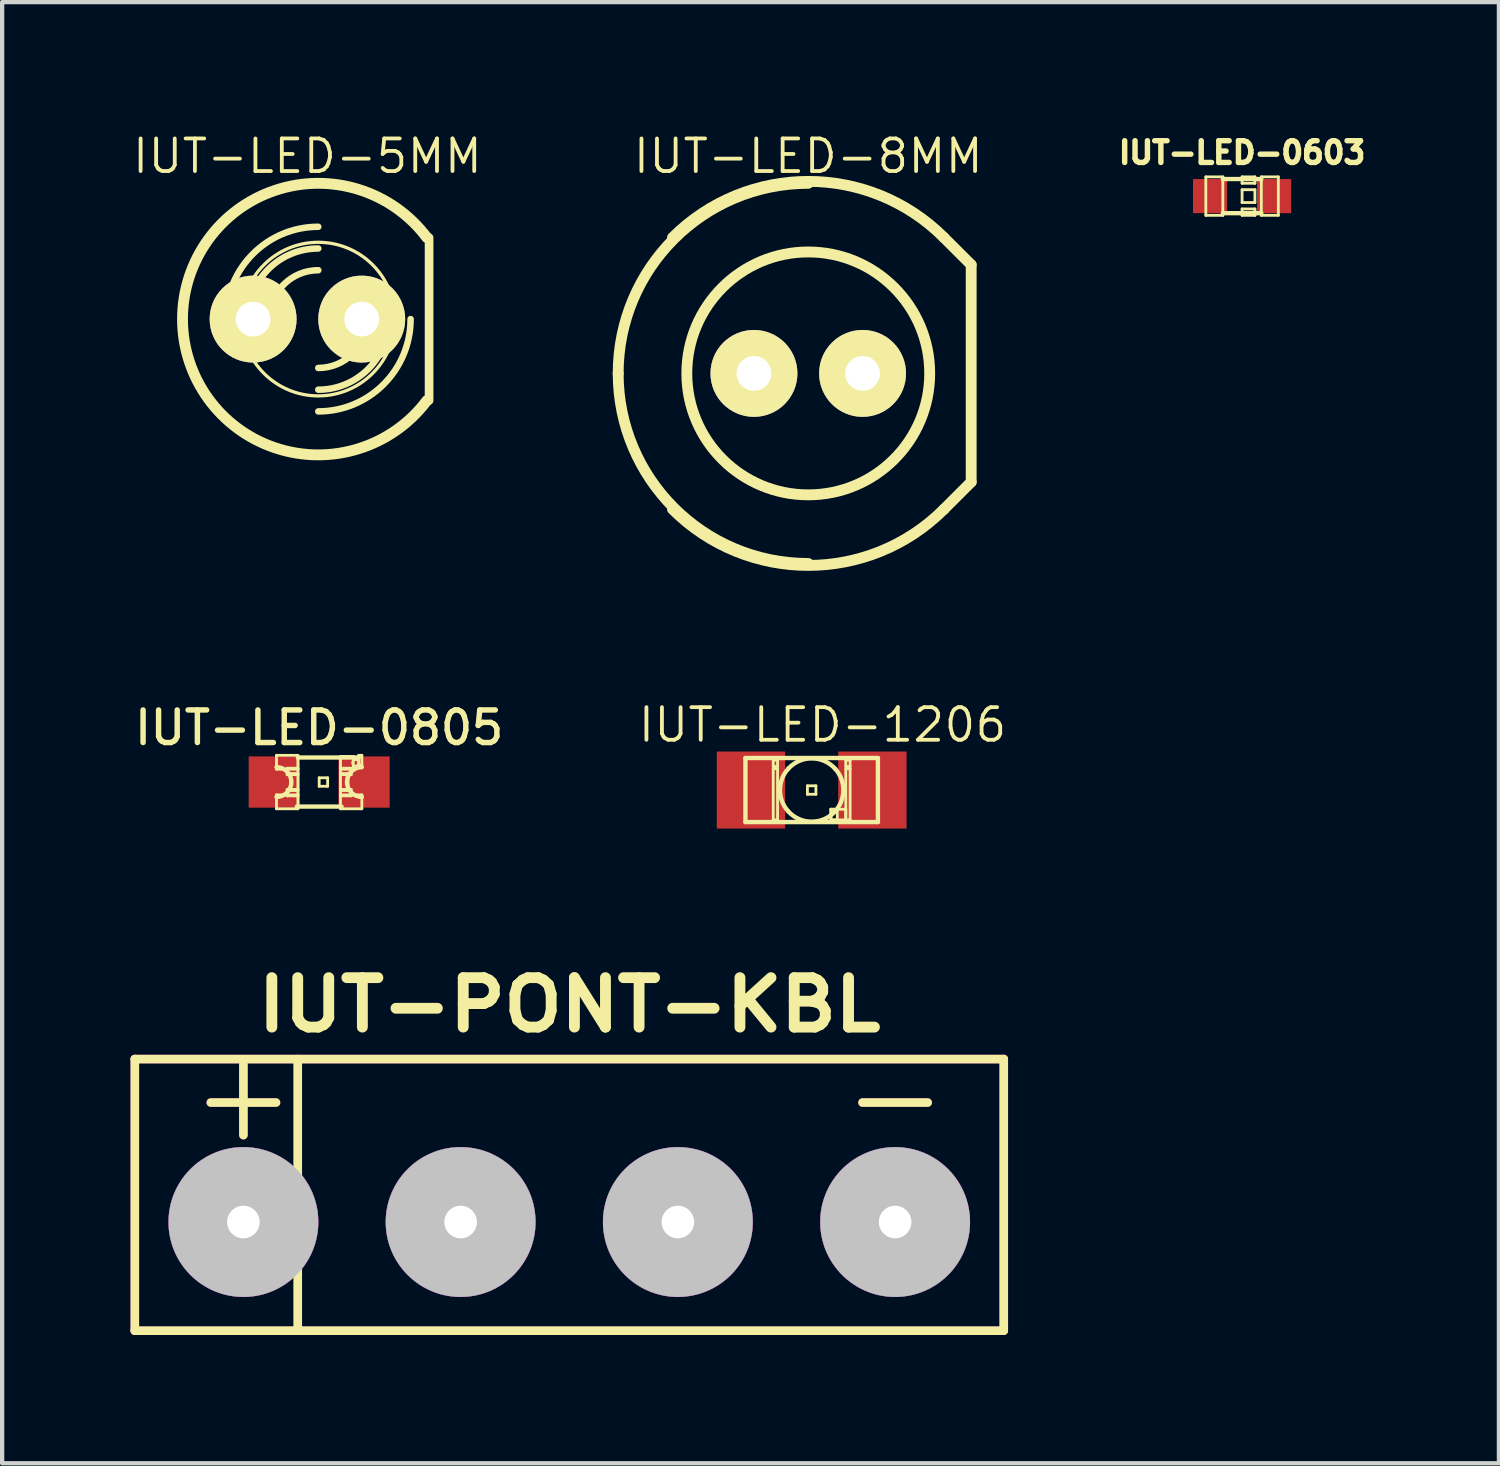
<source format=kicad_pcb>
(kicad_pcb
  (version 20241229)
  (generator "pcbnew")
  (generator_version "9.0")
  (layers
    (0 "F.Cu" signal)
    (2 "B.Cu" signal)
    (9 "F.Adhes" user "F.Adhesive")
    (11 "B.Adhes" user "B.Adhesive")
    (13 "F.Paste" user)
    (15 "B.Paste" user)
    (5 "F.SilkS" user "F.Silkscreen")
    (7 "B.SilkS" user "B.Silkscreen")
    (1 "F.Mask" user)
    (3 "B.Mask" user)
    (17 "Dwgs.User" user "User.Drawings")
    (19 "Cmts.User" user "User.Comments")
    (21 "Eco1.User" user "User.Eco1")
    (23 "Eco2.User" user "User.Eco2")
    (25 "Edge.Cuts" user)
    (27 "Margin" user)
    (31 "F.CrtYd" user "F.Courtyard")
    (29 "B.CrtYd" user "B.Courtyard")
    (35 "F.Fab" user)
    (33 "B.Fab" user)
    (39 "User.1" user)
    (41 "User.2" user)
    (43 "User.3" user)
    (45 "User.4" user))
  (footprint "IUT-LED-0603"
    (layer "F.Cu")
    (at 25.996 1.536)
    (property "Reference" "IUT-LED-0603" (at 0 -1.016 0) (layer "F.SilkS") (effects (font (size 0.508 0.508) (thickness 0.127))))
    (attr smd)
    (fp_line (start -0.848 -0.45) (end -0.848 0.45) (stroke (width 0.066) (type solid)) (layer "F.SilkS"))
    (fp_line (start -0.848 -0.45) (end -0.45 -0.45) (stroke (width 0.066) (type solid)) (layer "F.SilkS"))
    (fp_line (start -0.848 0.45) (end -0.45 0.45) (stroke (width 0.066) (type solid)) (layer "F.SilkS"))
    (fp_line (start -0.45 -0.45) (end -0.45 0.45) (stroke (width 0.066) (type solid)) (layer "F.SilkS"))
    (fp_line (start 0 -0.45) (end 0 -0.3) (stroke (width 0.066) (type solid)) (layer "F.SilkS"))
    (fp_line (start 0 -0.45) (end 0.3 -0.45) (stroke (width 0.066) (type solid)) (layer "F.SilkS"))
    (fp_line (start 0 -0.3) (end 0.3 -0.3) (stroke (width 0.066) (type solid)) (layer "F.SilkS"))
    (fp_line (start 0 -0.15) (end 0 0.15) (stroke (width 0.066) (type solid)) (layer "F.SilkS"))
    (fp_line (start 0 -0.15) (end 0.3 -0.15) (stroke (width 0.066) (type solid)) (layer "F.SilkS"))
    (fp_line (start 0 0.15) (end 0.3 0.15) (stroke (width 0.066) (type solid)) (layer "F.SilkS"))
    (fp_line (start 0 0.3) (end 0 0.45) (stroke (width 0.066) (type solid)) (layer "F.SilkS"))
    (fp_line (start 0 0.3) (end 0.3 0.3) (stroke (width 0.066) (type solid)) (layer "F.SilkS"))
    (fp_line (start 0 0.45) (end 0.3 0.45) (stroke (width 0.066) (type solid)) (layer "F.SilkS"))
    (fp_line (start 0.3 -0.45) (end 0.3 -0.3) (stroke (width 0.066) (type solid)) (layer "F.SilkS"))
    (fp_line (start 0.3 -0.15) (end 0.3 0.15) (stroke (width 0.066) (type solid)) (layer "F.SilkS"))
    (fp_line (start 0.3 0.3) (end 0.3 0.45) (stroke (width 0.066) (type solid)) (layer "F.SilkS"))
    (fp_line (start 0.45 -0.45) (end 0.45 0.45) (stroke (width 0.066) (type solid)) (layer "F.SilkS"))
    (fp_line (start 0.45 -0.45) (end 0.848 -0.45) (stroke (width 0.066) (type solid)) (layer "F.SilkS"))
    (fp_line (start 0.45 -0.399) (end -0.45 -0.399) (stroke (width 0.102) (type solid)) (layer "F.SilkS"))
    (fp_line (start 0.45 0.399) (end -0.45 0.399) (stroke (width 0.102) (type solid)) (layer "F.SilkS"))
    (fp_line (start 0.45 0.45) (end 0.848 0.45) (stroke (width 0.066) (type solid)) (layer "F.SilkS"))
    (fp_line (start 0.848 -0.45) (end 0.848 0.45) (stroke (width 0.066) (type solid)) (layer "F.SilkS"))
    (pad "1" smd rect (at -0.749 0) (size 0.798 0.798) (layers "F.Cu" "F.Mask" "F.Paste"))
    (pad "2" smd rect (at 0.749 0) (size 0.798 0.798) (layers "F.Cu" "F.Mask" "F.Paste")))
  (footprint "IUT-LED-8MM"
    (layer "F.Cu")
    (at 15.851 5.682)
    (property "Reference" "IUT-LED-8MM" (at 0 -5.08 0) (layer "F.SilkS") (effects (font (size 0.762 0.762) (thickness 0.089))))
    (attr through_hole)
    (fp_line (start 3.175 -3.175) (end 3.81 -2.54) (stroke (width 0.254) (type solid)) (layer "F.SilkS"))
    (fp_line (start 3.175 3.175) (end 3.81 2.54) (stroke (width 0.254) (type solid)) (layer "F.SilkS"))
    (fp_line (start 3.81 -2.54) (end 3.81 2.54) (stroke (width 0.254) (type solid)) (layer "F.SilkS"))
    (fp_arc (start -4.445 0) (mid -3.14309 -3.14309) (end 0 -4.445) (stroke (width 0.254) (type solid)) (layer "F.SilkS"))
    (fp_arc (start -3.175 -3.175) (mid 0 -4.490128) (end 3.175 -3.175) (stroke (width 0.254) (type solid)) (layer "F.SilkS"))
    (fp_arc (start 0 4.445) (mid -3.14309 3.14309) (end -4.445 0) (stroke (width 0.254) (type solid)) (layer "F.SilkS"))
    (fp_arc (start 3.175 3.175) (mid 0 4.490128) (end -3.175 3.175) (stroke (width 0.254) (type solid)) (layer "F.SilkS"))
    (fp_circle (center 0 0) (end 1.27 2.54) (stroke (width 0.254) (type solid)) (fill no) (layer "F.SilkS"))
    (pad "1" thru_hole circle (at -1.27 0) (size 2.032 2.032) (drill 0.813) (layers "*.Cu" "*.Mask" "F.SilkS"))
    (pad "2" thru_hole circle (at 1.27 0) (size 2.032 2.032) (drill 0.813) (layers "*.Cu" "*.Mask" "F.SilkS")))
  (footprint "IUT-LED-5MM"
    (layer "F.Cu")
    (at 4.139 4.412)
    (property "Reference" "IUT-LED-5MM" (at 0 -3.81 0) (layer "F.SilkS") (effects (font (size 0.762 0.762) (thickness 0.089))))
    (attr through_hole)
    (fp_line (start 2.845 1.905) (end 2.845 -1.905) (stroke (width 0.203) (type solid)) (layer "F.SilkS"))
    (fp_arc (start -1.905 0) (mid -1.272644 -1.526644) (end 0.254 -2.159) (stroke (width 0.1524) (type solid)) (layer "F.SilkS"))
    (fp_arc (start -1.397 0) (mid -0.913433 -1.167433) (end 0.254 -1.651) (stroke (width 0.1524) (type solid)) (layer "F.SilkS"))
    (fp_arc (start -0.889 0) (mid -0.554223 -0.808223) (end 0.254 -1.143) (stroke (width 0.1524) (type solid)) (layer "F.SilkS"))
    (fp_arc (start 1.397 0) (mid 1.062223 0.808223) (end 0.254 1.143) (stroke (width 0.1524) (type solid)) (layer "F.SilkS"))
    (fp_arc (start 1.905 0) (mid 1.421433 1.167433) (end 0.254 1.651) (stroke (width 0.1524) (type solid)) (layer "F.SilkS"))
    (fp_arc (start 2.413 0) (mid 1.780644 1.526644) (end 0.254 2.159) (stroke (width 0.1524) (type solid)) (layer "F.SilkS"))
    (fp_arc (start 2.794 1.905) (mid -2.921 0.001668) (end 2.791997 -1.907668) (stroke (width 0.254) (type solid)) (layer "F.SilkS"))
    (fp_circle (center 0.254 0) (end -1.016 1.27) (stroke (width 0.076) (type solid)) (fill no) (layer "F.SilkS"))
    (pad "1" thru_hole circle (at -1.27 0) (size 2.032 2.032) (drill 0.813) (layers "*.Cu" "*.Mask" "F.SilkS"))
    (pad "2" thru_hole circle (at 1.27 0) (size 2.032 2.032) (drill 0.813) (layers "*.Cu" "*.Mask" "F.SilkS")))
  (footprint "IUT-PONT-KBL"
    (layer "F.Cu")
    (at 17.882 25.527)
    (property "Reference" "IUT-PONT-KBL" (at -7.62 -5.08 0) (layer "F.SilkS") (effects (font (size 1.156 1.27) (thickness 0.254))))
    (attr through_hole)
    (fp_line (start -17.78 -3.81) (end 2.54 -3.81) (stroke (width 0.203) (type solid)) (layer "F.SilkS"))
    (fp_line (start -17.78 2.54) (end -17.78 -3.81) (stroke (width 0.203) (type solid)) (layer "F.SilkS"))
    (fp_line (start -16.002 -2.794) (end -14.478 -2.794) (stroke (width 0.203) (type solid)) (layer "F.SilkS"))
    (fp_line (start -15.24 -2.032) (end -15.24 -3.683) (stroke (width 0.203) (type solid)) (layer "F.SilkS"))
    (fp_line (start -13.97 -3.81) (end -13.97 2.54) (stroke (width 0.203) (type solid)) (layer "F.SilkS"))
    (fp_line (start 0.762 -2.794) (end -0.762 -2.794) (stroke (width 0.203) (type solid)) (layer "F.SilkS"))
    (fp_line (start 2.54 -3.81) (end 2.54 2.54) (stroke (width 0.203) (type solid)) (layer "F.SilkS"))
    (fp_line (start 2.54 2.54) (end -17.78 2.54) (stroke (width 0.203) (type solid)) (layer "F.SilkS"))
    (fp_line (start -17.78 -3.81) (end 2.54 -3.81) (stroke (width 0.203) (type solid)) (layer "F.Adhes"))
    (fp_line (start -17.78 2.54) (end -17.78 -3.81) (stroke (width 0.203) (type solid)) (layer "F.Adhes"))
    (fp_line (start -16.002 -2.794) (end -14.478 -2.794) (stroke (width 0.203) (type solid)) (layer "F.Adhes"))
    (fp_line (start -15.24 -2.032) (end -15.24 -3.683) (stroke (width 0.203) (type solid)) (layer "F.Adhes"))
    (fp_line (start 0.762 -2.794) (end -0.762 -2.794) (stroke (width 0.203) (type solid)) (layer "F.Adhes"))
    (fp_line (start 2.54 -3.81) (end 2.54 2.54) (stroke (width 0.203) (type solid)) (layer "F.Adhes"))
    (fp_line (start 2.54 2.54) (end -17.78 2.54) (stroke (width 0.203) (type solid)) (layer "F.Adhes"))
    (pad "1" thru_hole circle (at -5.08 0) (size 3.505 3.505) (drill 0.762) (layers "*.Cu" "*.Adhes" "*.Mask" "Dwgs.User" "Eco1.User" "Eco2.User"))
    (pad "2" thru_hole circle (at -10.16 0) (size 3.505 3.505) (drill 0.762) (layers "*.Cu" "*.Adhes" "*.Mask" "Dwgs.User" "Eco1.User" "Eco2.User"))
    (pad "3" thru_hole circle (at 0 0) (size 3.505 3.505) (drill 0.762) (layers "*.Cu" "*.Adhes" "*.Mask" "Dwgs.User" "Eco1.User" "Eco2.User"))
    (pad "4" thru_hole circle (at -15.24 0) (size 3.505 3.505) (drill 0.762) (layers "*.Cu" "*.Adhes" "*.Mask" "Dwgs.User" "Eco1.User" "Eco2.User")))
  (footprint "IUT-LED-1206"
    (layer "F.Cu")
    (at 15.931 15.425)
    (property "Reference" "IUT-LED-1206" (at 0.254 -1.524 0) (layer "F.SilkS") (effects (font (size 0.762 0.762) (thickness 0.089))))
    (attr smd)
    (fp_line (start -1.549 -0.749) (end 1.549 -0.749) (stroke (width 0.102) (type solid)) (layer "F.SilkS"))
    (fp_line (start -1.549 0.749) (end -1.549 -0.749) (stroke (width 0.102) (type solid)) (layer "F.SilkS"))
    (fp_line (start -0.899 -0.699) (end -0.798 -0.699) (stroke (width 0.066) (type solid)) (layer "F.SilkS"))
    (fp_line (start -0.899 -0.549) (end -0.899 -0.699) (stroke (width 0.066) (type solid)) (layer "F.SilkS"))
    (fp_line (start -0.899 -0.549) (end -0.798 -0.549) (stroke (width 0.066) (type solid)) (layer "F.SilkS"))
    (fp_line (start -0.899 -0.498) (end -0.798 -0.498) (stroke (width 0.066) (type solid)) (layer "F.SilkS"))
    (fp_line (start -0.899 0.699) (end -0.899 -0.498) (stroke (width 0.066) (type solid)) (layer "F.SilkS"))
    (fp_line (start -0.899 0.699) (end -0.798 0.699) (stroke (width 0.066) (type solid)) (layer "F.SilkS"))
    (fp_line (start -0.798 -0.549) (end -0.798 -0.699) (stroke (width 0.066) (type solid)) (layer "F.SilkS"))
    (fp_line (start -0.798 0.699) (end -0.798 -0.498) (stroke (width 0.066) (type solid)) (layer "F.SilkS"))
    (fp_line (start -0.099 -0.099) (end 0.099 -0.099) (stroke (width 0.066) (type solid)) (layer "F.SilkS"))
    (fp_line (start -0.099 0.099) (end -0.099 -0.099) (stroke (width 0.066) (type solid)) (layer "F.SilkS"))
    (fp_line (start -0.099 0.099) (end 0.099 0.099) (stroke (width 0.066) (type solid)) (layer "F.SilkS"))
    (fp_line (start 0.099 0.099) (end 0.099 -0.099) (stroke (width 0.066) (type solid)) (layer "F.SilkS"))
    (fp_line (start 0.45 0.45) (end 0.599 0.45) (stroke (width 0.066) (type solid)) (layer "F.SilkS"))
    (fp_line (start 0.45 0.45) (end 0.798 0.45) (stroke (width 0.066) (type solid)) (layer "F.SilkS"))
    (fp_line (start 0.45 0.699) (end 0.45 0.45) (stroke (width 0.066) (type solid)) (layer "F.SilkS"))
    (fp_line (start 0.45 0.699) (end 0.45 0.45) (stroke (width 0.066) (type solid)) (layer "F.SilkS"))
    (fp_line (start 0.45 0.699) (end 0.599 0.699) (stroke (width 0.066) (type solid)) (layer "F.SilkS"))
    (fp_line (start 0.45 0.699) (end 0.798 0.699) (stroke (width 0.066) (type solid)) (layer "F.SilkS"))
    (fp_line (start 0.599 0.699) (end 0.599 0.45) (stroke (width 0.066) (type solid)) (layer "F.SilkS"))
    (fp_line (start 0.798 -0.699) (end 0.899 -0.699) (stroke (width 0.066) (type solid)) (layer "F.SilkS"))
    (fp_line (start 0.798 -0.549) (end 0.798 -0.699) (stroke (width 0.066) (type solid)) (layer "F.SilkS"))
    (fp_line (start 0.798 -0.549) (end 0.899 -0.549) (stroke (width 0.066) (type solid)) (layer "F.SilkS"))
    (fp_line (start 0.798 -0.498) (end 0.899 -0.498) (stroke (width 0.066) (type solid)) (layer "F.SilkS"))
    (fp_line (start 0.798 0.699) (end 0.798 -0.498) (stroke (width 0.066) (type solid)) (layer "F.SilkS"))
    (fp_line (start 0.798 0.699) (end 0.798 0.45) (stroke (width 0.066) (type solid)) (layer "F.SilkS"))
    (fp_line (start 0.798 0.699) (end 0.899 0.699) (stroke (width 0.066) (type solid)) (layer "F.SilkS"))
    (fp_line (start 0.899 -0.549) (end 0.899 -0.699) (stroke (width 0.066) (type solid)) (layer "F.SilkS"))
    (fp_line (start 0.899 0.699) (end 0.899 -0.498) (stroke (width 0.066) (type solid)) (layer "F.SilkS"))
    (fp_line (start 1.549 -0.749) (end 1.549 0.749) (stroke (width 0.102) (type solid)) (layer "F.SilkS"))
    (fp_line (start 1.549 0.749) (end -1.549 0.749) (stroke (width 0.102) (type solid)) (layer "F.SilkS"))
    (fp_arc (start -0.5486 -0.4978) (mid -0.001026 -0.740787) (end 0.547219 -0.499318) (stroke (width 0.1016) (type solid)) (layer "F.SilkS"))
    (fp_arc (start -0.5486 0.4978) (mid -0.740788 -0.00038) (end -0.548089 -0.498362) (stroke (width 0.1016) (type solid)) (layer "F.SilkS"))
    (fp_arc (start 0.5486 -0.4978) (mid 0.740788 0.00038) (end 0.548089 0.498362) (stroke (width 0.1016) (type solid)) (layer "F.SilkS"))
    (fp_arc (start 0.5486 0.4978) (mid 0.001026 0.740787) (end -0.547219 0.499318) (stroke (width 0.1016) (type solid)) (layer "F.SilkS"))
    (pad "1" smd rect (at -1.42 0) (size 1.598 1.801) (layers "F.Cu" "F.Mask" "F.Paste"))
    (pad "2" smd rect (at 1.42 0) (size 1.598 1.801) (layers "F.Cu" "F.Mask" "F.Paste")))
  (footprint "IUT-LED-0805"
    (layer "F.Cu")
    (at 4.414 15.238)
    (property "Reference" "IUT-LED-0805" (at 0 -1.27 0) (layer "F.SilkS") (effects (font (size 0.762 0.762) (thickness 0.127))))
    (attr smd)
    (fp_line (start -0.998 -0.625) (end -0.998 -0.3) (stroke (width 0.066) (type solid)) (layer "F.SilkS"))
    (fp_line (start -0.998 -0.625) (end -0.498 -0.625) (stroke (width 0.066) (type solid)) (layer "F.SilkS"))
    (fp_line (start -0.998 -0.3) (end -0.498 -0.3) (stroke (width 0.066) (type solid)) (layer "F.SilkS"))
    (fp_line (start -0.998 0.3) (end -0.998 0.625) (stroke (width 0.066) (type solid)) (layer "F.SilkS"))
    (fp_line (start -0.998 0.3) (end -0.498 0.3) (stroke (width 0.066) (type solid)) (layer "F.SilkS"))
    (fp_line (start -0.998 0.625) (end -0.498 0.625) (stroke (width 0.066) (type solid)) (layer "F.SilkS"))
    (fp_line (start -0.749 -0.323) (end -0.749 -0.173) (stroke (width 0.066) (type solid)) (layer "F.SilkS"))
    (fp_line (start -0.749 -0.323) (end -0.498 -0.323) (stroke (width 0.066) (type solid)) (layer "F.SilkS"))
    (fp_line (start -0.749 -0.173) (end -0.498 -0.173) (stroke (width 0.066) (type solid)) (layer "F.SilkS"))
    (fp_line (start -0.749 0.173) (end -0.749 0.323) (stroke (width 0.066) (type solid)) (layer "F.SilkS"))
    (fp_line (start -0.749 0.173) (end -0.498 0.173) (stroke (width 0.066) (type solid)) (layer "F.SilkS"))
    (fp_line (start -0.749 0.323) (end -0.498 0.323) (stroke (width 0.066) (type solid)) (layer "F.SilkS"))
    (fp_line (start -0.673 -0.198) (end -0.673 0.198) (stroke (width 0.066) (type solid)) (layer "F.SilkS"))
    (fp_line (start -0.673 -0.198) (end -0.498 -0.198) (stroke (width 0.066) (type solid)) (layer "F.SilkS"))
    (fp_line (start -0.673 0.198) (end -0.498 0.198) (stroke (width 0.066) (type solid)) (layer "F.SilkS"))
    (fp_line (start -0.498 -0.625) (end -0.498 -0.3) (stroke (width 0.066) (type solid)) (layer "F.SilkS"))
    (fp_line (start -0.498 -0.574) (end 0.925 -0.574) (stroke (width 0.102) (type solid)) (layer "F.SilkS"))
    (fp_line (start -0.498 -0.323) (end -0.498 -0.173) (stroke (width 0.066) (type solid)) (layer "F.SilkS"))
    (fp_line (start -0.498 -0.198) (end -0.498 0.198) (stroke (width 0.066) (type solid)) (layer "F.SilkS"))
    (fp_line (start -0.498 0.173) (end -0.498 0.323) (stroke (width 0.066) (type solid)) (layer "F.SilkS"))
    (fp_line (start -0.498 0.3) (end -0.498 0.625) (stroke (width 0.066) (type solid)) (layer "F.SilkS"))
    (fp_line (start 0 -0.099) (end 0 0.099) (stroke (width 0.066) (type solid)) (layer "F.SilkS"))
    (fp_line (start 0 -0.099) (end 0.198 -0.099) (stroke (width 0.066) (type solid)) (layer "F.SilkS"))
    (fp_line (start 0 0.099) (end 0.198 0.099) (stroke (width 0.066) (type solid)) (layer "F.SilkS"))
    (fp_line (start 0.198 -0.099) (end 0.198 0.099) (stroke (width 0.066) (type solid)) (layer "F.SilkS"))
    (fp_line (start 0.498 -0.599) (end 0.498 -0.3) (stroke (width 0.066) (type solid)) (layer "F.SilkS"))
    (fp_line (start 0.498 -0.599) (end 0.798 -0.599) (stroke (width 0.066) (type solid)) (layer "F.SilkS"))
    (fp_line (start 0.498 -0.323) (end 0.498 -0.173) (stroke (width 0.066) (type solid)) (layer "F.SilkS"))
    (fp_line (start 0.498 -0.323) (end 0.749 -0.323) (stroke (width 0.066) (type solid)) (layer "F.SilkS"))
    (fp_line (start 0.498 -0.3) (end 0.798 -0.3) (stroke (width 0.066) (type solid)) (layer "F.SilkS"))
    (fp_line (start 0.498 -0.198) (end 0.498 0.198) (stroke (width 0.066) (type solid)) (layer "F.SilkS"))
    (fp_line (start 0.498 -0.198) (end 0.673 -0.198) (stroke (width 0.066) (type solid)) (layer "F.SilkS"))
    (fp_line (start 0.498 -0.173) (end 0.749 -0.173) (stroke (width 0.066) (type solid)) (layer "F.SilkS"))
    (fp_line (start 0.498 0.173) (end 0.498 0.323) (stroke (width 0.066) (type solid)) (layer "F.SilkS"))
    (fp_line (start 0.498 0.173) (end 0.749 0.173) (stroke (width 0.066) (type solid)) (layer "F.SilkS"))
    (fp_line (start 0.498 0.198) (end 0.673 0.198) (stroke (width 0.066) (type solid)) (layer "F.SilkS"))
    (fp_line (start 0.498 0.3) (end 0.498 0.625) (stroke (width 0.066) (type solid)) (layer "F.SilkS"))
    (fp_line (start 0.498 0.3) (end 0.998 0.3) (stroke (width 0.066) (type solid)) (layer "F.SilkS"))
    (fp_line (start 0.498 0.323) (end 0.749 0.323) (stroke (width 0.066) (type solid)) (layer "F.SilkS"))
    (fp_line (start 0.498 0.625) (end 0.998 0.625) (stroke (width 0.066) (type solid)) (layer "F.SilkS"))
    (fp_line (start 0.523 0.574) (end -0.523 0.574) (stroke (width 0.102) (type solid)) (layer "F.SilkS"))
    (fp_line (start 0.673 -0.198) (end 0.673 0.198) (stroke (width 0.066) (type solid)) (layer "F.SilkS"))
    (fp_line (start 0.749 -0.323) (end 0.749 -0.173) (stroke (width 0.066) (type solid)) (layer "F.SilkS"))
    (fp_line (start 0.749 0.173) (end 0.749 0.323) (stroke (width 0.066) (type solid)) (layer "F.SilkS"))
    (fp_line (start 0.798 -0.599) (end 0.798 -0.3) (stroke (width 0.066) (type solid)) (layer "F.SilkS"))
    (fp_line (start 0.925 -0.625) (end 0.925 -0.399) (stroke (width 0.066) (type solid)) (layer "F.SilkS"))
    (fp_line (start 0.925 -0.625) (end 0.998 -0.625) (stroke (width 0.066) (type solid)) (layer "F.SilkS"))
    (fp_line (start 0.925 -0.399) (end 0.998 -0.399) (stroke (width 0.066) (type solid)) (layer "F.SilkS"))
    (fp_line (start 0.998 -0.625) (end 0.998 -0.399) (stroke (width 0.066) (type solid)) (layer "F.SilkS"))
    (fp_line (start 0.998 0.3) (end 0.998 0.625) (stroke (width 0.066) (type solid)) (layer "F.SilkS"))
    (fp_arc (start -0.9982 -0.348) (mid -0.6502 0) (end -0.9982 0.348) (stroke (width 0.1016) (type solid)) (layer "F.SilkS"))
    (fp_arc (start 0.9982 0.348) (mid 0.6502 0) (end 0.9982 -0.348) (stroke (width 0.1016) (type solid)) (layer "F.SilkS"))
    (fp_circle (center 0.848 -0.45) (end 0.899 -0.5) (stroke (width 0.051) (type solid)) (fill no) (layer "F.SilkS"))
    (pad "1" smd rect (at -1.049 0) (size 1.199 1.199) (layers "F.Cu" "F.Mask" "F.Paste"))
    (pad "2" smd rect (at 1.049 0) (size 1.199 1.199) (layers "F.Cu" "F.Mask" "F.Paste")))
  (gr_rect
    (start -3 -3)
    (end 32.002 31.169)
    (stroke (width 0.1) (type default))
    (fill no)
    (layer "Edge.Cuts")))
</source>
